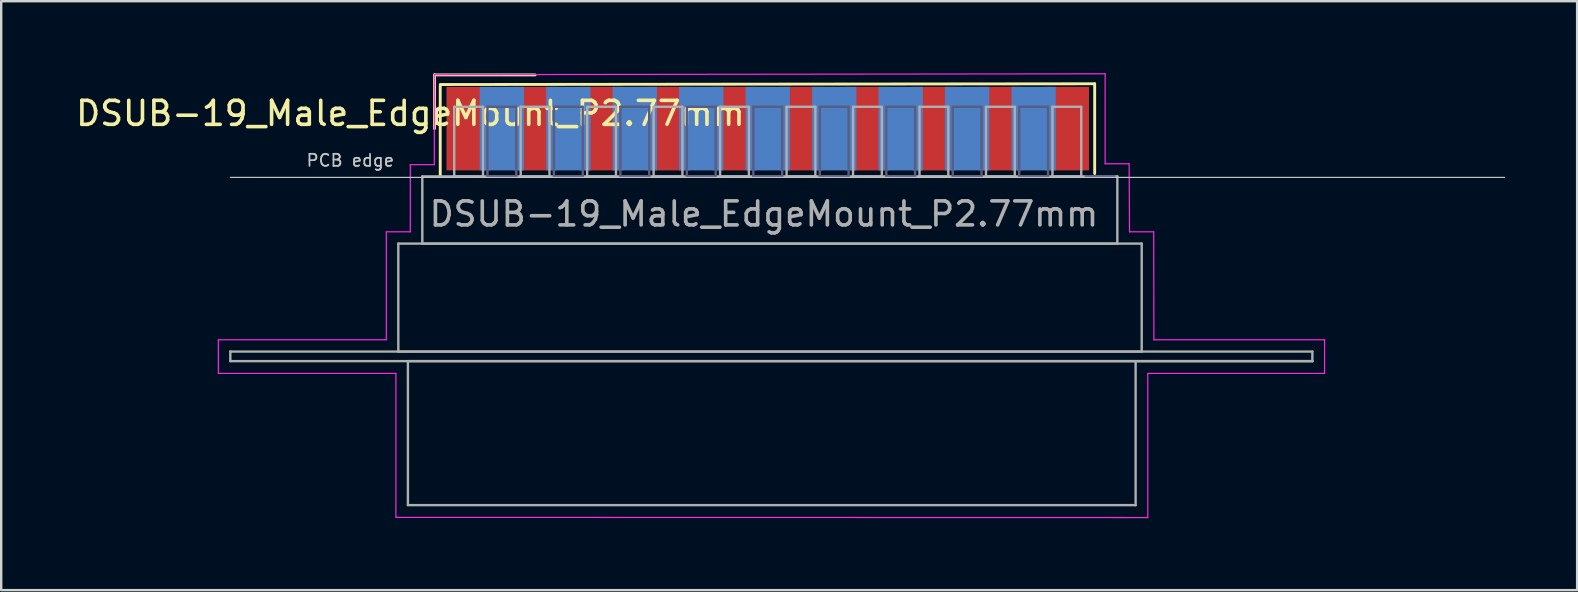
<source format=kicad_pcb>
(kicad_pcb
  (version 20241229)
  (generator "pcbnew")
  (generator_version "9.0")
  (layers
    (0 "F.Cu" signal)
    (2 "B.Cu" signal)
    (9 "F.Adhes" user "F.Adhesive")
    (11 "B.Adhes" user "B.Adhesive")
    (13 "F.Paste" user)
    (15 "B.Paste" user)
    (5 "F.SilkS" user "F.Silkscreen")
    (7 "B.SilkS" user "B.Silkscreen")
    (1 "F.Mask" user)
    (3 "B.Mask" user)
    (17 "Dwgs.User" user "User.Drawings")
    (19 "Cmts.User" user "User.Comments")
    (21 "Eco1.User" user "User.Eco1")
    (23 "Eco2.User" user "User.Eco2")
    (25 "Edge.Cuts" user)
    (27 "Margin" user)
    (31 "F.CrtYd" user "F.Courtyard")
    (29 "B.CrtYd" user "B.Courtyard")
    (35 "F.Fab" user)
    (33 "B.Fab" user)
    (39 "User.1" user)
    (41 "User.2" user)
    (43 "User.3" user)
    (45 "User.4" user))
  (footprint "DSUB-19_Male_EdgeMount_P2.77mm"
    (layer "F.Cu")
    (at 33.099 2.311)
    (property "Reference" "DSUB-19_Male_EdgeMount_P2.77mm" (at -19.045 -0.635 0) (layer "F.SilkS") (effects (font (size 1 1) (thickness 0.15))))
    (attr smd)
    (fp_line (start -18.043 -2.24) (end -13.85 -2.24) (stroke (width 0.12) (type solid)) (layer "F.SilkS"))
    (fp_line (start -18.043 0) (end -18.043 -2.24) (stroke (width 0.12) (type solid)) (layer "F.SilkS"))
    (fp_line (start -17.803 -1.778) (end -17.803 1.962) (stroke (width 0.12) (type solid)) (layer "F.SilkS"))
    (fp_line (start 9.47 -1.87) (end -17.803 -1.838) (stroke (width 0.12) (type solid)) (layer "F.SilkS"))
    (fp_line (start 9.47 1.87) (end 9.47 -1.87) (stroke (width 0.12) (type solid)) (layer "F.SilkS"))
    (fp_line (start -26.55 2.032) (end 26.55 2.032) (stroke (width 0.05) (type solid)) (layer "Dwgs.User"))
    (fp_line (start -27.05 8.8) (end -20.05 8.8) (stroke (width 0.05) (type solid)) (layer "F.CrtYd"))
    (fp_line (start -27.05 10.2) (end -27.05 8.8) (stroke (width 0.05) (type solid)) (layer "F.CrtYd"))
    (fp_line (start -20.05 4.3) (end -19.05 4.3) (stroke (width 0.05) (type solid)) (layer "F.CrtYd"))
    (fp_line (start -20.05 8.8) (end -20.05 4.3) (stroke (width 0.05) (type solid)) (layer "F.CrtYd"))
    (fp_line (start -19.65 10.2) (end -27.05 10.2) (stroke (width 0.05) (type solid)) (layer "F.CrtYd"))
    (fp_line (start -19.65 16.2) (end -19.65 10.2) (stroke (width 0.05) (type solid)) (layer "F.CrtYd"))
    (fp_line (start -19.05 1.5) (end -18.05 1.5) (stroke (width 0.05) (type solid)) (layer "F.CrtYd"))
    (fp_line (start -19.05 4.3) (end -19.05 1.5) (stroke (width 0.05) (type solid)) (layer "F.CrtYd"))
    (fp_line (start -18.05 -2.25) (end 9.906 -2.286) (stroke (width 0.05) (type solid)) (layer "F.CrtYd"))
    (fp_line (start -18.05 1.5) (end -18.05 -2.25) (stroke (width 0.05) (type solid)) (layer "F.CrtYd"))
    (fp_line (start 9.906 -2.286) (end 9.906 1.464) (stroke (width 0.05) (type solid)) (layer "F.CrtYd"))
    (fp_line (start 9.906 1.464) (end 10.906 1.464) (stroke (width 0.05) (type solid)) (layer "F.CrtYd"))
    (fp_line (start 10.906 1.464) (end 10.922 4.3) (stroke (width 0.05) (type solid)) (layer "F.CrtYd"))
    (fp_line (start 10.922 4.3) (end 11.93 4.3) (stroke (width 0.05) (type solid)) (layer "F.CrtYd"))
    (fp_line (start 11.684 10.208) (end 11.684 16.208) (stroke (width 0.05) (type solid)) (layer "F.CrtYd"))
    (fp_line (start 11.684 16.208) (end -19.65 16.2) (stroke (width 0.05) (type solid)) (layer "F.CrtYd"))
    (fp_line (start 11.93 4.3) (end 11.938 8.8) (stroke (width 0.05) (type solid)) (layer "F.CrtYd"))
    (fp_line (start 11.938 8.8) (end 19.05 8.8) (stroke (width 0.05) (type solid)) (layer "F.CrtYd"))
    (fp_line (start 19.05 8.8) (end 19.05 10.2) (stroke (width 0.05) (type solid)) (layer "F.CrtYd"))
    (fp_line (start 19.05 10.2) (end 11.684 10.2) (stroke (width 0.05) (type solid)) (layer "F.CrtYd"))
    (fp_line (start -15.835 -0.91) (end -15.835 1.99) (stroke (width 0.1) (type solid)) (layer "B.Fab"))
    (fp_line (start -15.835 1.99) (end -14.635 1.99) (stroke (width 0.1) (type solid)) (layer "B.Fab"))
    (fp_line (start -14.635 -0.91) (end -15.835 -0.91) (stroke (width 0.1) (type solid)) (layer "B.Fab"))
    (fp_line (start -14.635 1.99) (end -14.635 -0.91) (stroke (width 0.1) (type solid)) (layer "B.Fab"))
    (fp_line (start -13.065 -0.91) (end -13.065 1.99) (stroke (width 0.1) (type solid)) (layer "B.Fab"))
    (fp_line (start -13.065 1.99) (end -11.865 1.99) (stroke (width 0.1) (type solid)) (layer "B.Fab"))
    (fp_line (start -11.865 -0.91) (end -13.065 -0.91) (stroke (width 0.1) (type solid)) (layer "B.Fab"))
    (fp_line (start -11.865 1.99) (end -11.865 -0.91) (stroke (width 0.1) (type solid)) (layer "B.Fab"))
    (fp_line (start -10.295 -0.91) (end -10.295 1.99) (stroke (width 0.1) (type solid)) (layer "B.Fab"))
    (fp_line (start -10.295 1.99) (end -9.095 1.99) (stroke (width 0.1) (type solid)) (layer "B.Fab"))
    (fp_line (start -9.095 -0.91) (end -10.295 -0.91) (stroke (width 0.1) (type solid)) (layer "B.Fab"))
    (fp_line (start -9.095 1.99) (end -9.095 -0.91) (stroke (width 0.1) (type solid)) (layer "B.Fab"))
    (fp_line (start -7.525 -0.91) (end -7.525 1.99) (stroke (width 0.1) (type solid)) (layer "B.Fab"))
    (fp_line (start -7.525 1.99) (end -6.325 1.99) (stroke (width 0.1) (type solid)) (layer "B.Fab"))
    (fp_line (start -6.325 -0.91) (end -7.525 -0.91) (stroke (width 0.1) (type solid)) (layer "B.Fab"))
    (fp_line (start -6.325 1.99) (end -6.325 -0.91) (stroke (width 0.1) (type solid)) (layer "B.Fab"))
    (fp_line (start -4.755 -0.91) (end -4.755 1.99) (stroke (width 0.1) (type solid)) (layer "B.Fab"))
    (fp_line (start -4.755 1.99) (end -3.555 1.99) (stroke (width 0.1) (type solid)) (layer "B.Fab"))
    (fp_line (start -3.555 -0.91) (end -4.755 -0.91) (stroke (width 0.1) (type solid)) (layer "B.Fab"))
    (fp_line (start -3.555 1.99) (end -3.555 -0.91) (stroke (width 0.1) (type solid)) (layer "B.Fab"))
    (fp_line (start -1.985 -0.91) (end -1.985 1.99) (stroke (width 0.1) (type solid)) (layer "B.Fab"))
    (fp_line (start -1.985 1.99) (end -0.785 1.99) (stroke (width 0.1) (type solid)) (layer "B.Fab"))
    (fp_line (start -0.785 -0.91) (end -1.985 -0.91) (stroke (width 0.1) (type solid)) (layer "B.Fab"))
    (fp_line (start -0.785 1.99) (end -0.785 -0.91) (stroke (width 0.1) (type solid)) (layer "B.Fab"))
    (fp_line (start 0.785 -0.91) (end 0.785 1.99) (stroke (width 0.1) (type solid)) (layer "B.Fab"))
    (fp_line (start 0.785 1.99) (end 1.985 1.99) (stroke (width 0.1) (type solid)) (layer "B.Fab"))
    (fp_line (start 1.985 -0.91) (end 0.785 -0.91) (stroke (width 0.1) (type solid)) (layer "B.Fab"))
    (fp_line (start 1.985 1.99) (end 1.985 -0.91) (stroke (width 0.1) (type solid)) (layer "B.Fab"))
    (fp_line (start 3.555 -0.91) (end 3.555 1.99) (stroke (width 0.1) (type solid)) (layer "B.Fab"))
    (fp_line (start 3.555 1.99) (end 4.755 1.99) (stroke (width 0.1) (type solid)) (layer "B.Fab"))
    (fp_line (start 4.755 -0.91) (end 3.555 -0.91) (stroke (width 0.1) (type solid)) (layer "B.Fab"))
    (fp_line (start 4.755 1.99) (end 4.755 -0.91) (stroke (width 0.1) (type solid)) (layer "B.Fab"))
    (fp_line (start 6.325 -0.91) (end 6.325 1.99) (stroke (width 0.1) (type solid)) (layer "B.Fab"))
    (fp_line (start 6.325 1.99) (end 7.525 1.99) (stroke (width 0.1) (type solid)) (layer "B.Fab"))
    (fp_line (start 7.525 -0.91) (end 6.325 -0.91) (stroke (width 0.1) (type solid)) (layer "B.Fab"))
    (fp_line (start 7.525 1.99) (end 7.525 -0.91) (stroke (width 0.1) (type solid)) (layer "B.Fab"))
    (fp_line (start 9.095 1.99) (end 10.295 1.99) (stroke (width 0.1) (type solid)) (layer "B.Fab"))
    (fp_line (start -26.55 9.29) (end -26.55 9.69) (stroke (width 0.1) (type solid)) (layer "F.Fab"))
    (fp_line (start -26.55 9.69) (end 18.542 9.69) (stroke (width 0.1) (type solid)) (layer "F.Fab"))
    (fp_line (start -19.55 4.79) (end -19.55 9.29) (stroke (width 0.1) (type solid)) (layer "F.Fab"))
    (fp_line (start -19.55 9.29) (end 11.43 9.29) (stroke (width 0.1) (type solid)) (layer "F.Fab"))
    (fp_line (start -19.15 9.69) (end -19.15 15.69) (stroke (width 0.1) (type solid)) (layer "F.Fab"))
    (fp_line (start -19.15 15.69) (end 11.176 15.69) (stroke (width 0.1) (type solid)) (layer "F.Fab"))
    (fp_line (start -18.55 1.99) (end -18.55 4.79) (stroke (width 0.1) (type solid)) (layer "F.Fab"))
    (fp_line (start -18.55 4.79) (end 10.414 4.79) (stroke (width 0.1) (type solid)) (layer "F.Fab"))
    (fp_line (start -17.22 -0.91) (end -17.22 1.99) (stroke (width 0.1) (type solid)) (layer "F.Fab"))
    (fp_line (start -17.22 1.99) (end -16.02 1.99) (stroke (width 0.1) (type solid)) (layer "F.Fab"))
    (fp_line (start -16.02 -0.91) (end -17.22 -0.91) (stroke (width 0.1) (type solid)) (layer "F.Fab"))
    (fp_line (start -16.02 1.99) (end -16.02 -0.91) (stroke (width 0.1) (type solid)) (layer "F.Fab"))
    (fp_line (start -14.45 -0.91) (end -14.45 1.99) (stroke (width 0.1) (type solid)) (layer "F.Fab"))
    (fp_line (start -14.45 1.99) (end -13.25 1.99) (stroke (width 0.1) (type solid)) (layer "F.Fab"))
    (fp_line (start -13.25 -0.91) (end -14.45 -0.91) (stroke (width 0.1) (type solid)) (layer "F.Fab"))
    (fp_line (start -13.25 1.99) (end -13.25 -0.91) (stroke (width 0.1) (type solid)) (layer "F.Fab"))
    (fp_line (start -11.68 -0.91) (end -11.68 1.99) (stroke (width 0.1) (type solid)) (layer "F.Fab"))
    (fp_line (start -11.68 1.99) (end -10.48 1.99) (stroke (width 0.1) (type solid)) (layer "F.Fab"))
    (fp_line (start -10.48 -0.91) (end -11.68 -0.91) (stroke (width 0.1) (type solid)) (layer "F.Fab"))
    (fp_line (start -10.48 1.99) (end -10.48 -0.91) (stroke (width 0.1) (type solid)) (layer "F.Fab"))
    (fp_line (start -8.91 -0.91) (end -8.91 1.99) (stroke (width 0.1) (type solid)) (layer "F.Fab"))
    (fp_line (start -8.91 1.99) (end -7.71 1.99) (stroke (width 0.1) (type solid)) (layer "F.Fab"))
    (fp_line (start -7.71 -0.91) (end -8.91 -0.91) (stroke (width 0.1) (type solid)) (layer "F.Fab"))
    (fp_line (start -7.71 1.99) (end -7.71 -0.91) (stroke (width 0.1) (type solid)) (layer "F.Fab"))
    (fp_line (start -6.14 -0.91) (end -6.14 1.99) (stroke (width 0.1) (type solid)) (layer "F.Fab"))
    (fp_line (start -6.14 1.99) (end -4.94 1.99) (stroke (width 0.1) (type solid)) (layer "F.Fab"))
    (fp_line (start -4.94 -0.91) (end -6.14 -0.91) (stroke (width 0.1) (type solid)) (layer "F.Fab"))
    (fp_line (start -4.94 1.99) (end -4.94 -0.91) (stroke (width 0.1) (type solid)) (layer "F.Fab"))
    (fp_line (start -3.37 -0.91) (end -3.37 1.99) (stroke (width 0.1) (type solid)) (layer "F.Fab"))
    (fp_line (start -3.37 1.99) (end -2.17 1.99) (stroke (width 0.1) (type solid)) (layer "F.Fab"))
    (fp_line (start -2.17 -0.91) (end -3.37 -0.91) (stroke (width 0.1) (type solid)) (layer "F.Fab"))
    (fp_line (start -2.17 1.99) (end -2.17 -0.91) (stroke (width 0.1) (type solid)) (layer "F.Fab"))
    (fp_line (start -0.6 -0.91) (end -0.6 1.99) (stroke (width 0.1) (type solid)) (layer "F.Fab"))
    (fp_line (start -0.6 1.99) (end 0.6 1.99) (stroke (width 0.1) (type solid)) (layer "F.Fab"))
    (fp_line (start 0.6 -0.91) (end -0.6 -0.91) (stroke (width 0.1) (type solid)) (layer "F.Fab"))
    (fp_line (start 0.6 1.99) (end 0.6 -0.91) (stroke (width 0.1) (type solid)) (layer "F.Fab"))
    (fp_line (start 2.17 -0.91) (end 2.17 1.99) (stroke (width 0.1) (type solid)) (layer "F.Fab"))
    (fp_line (start 2.17 1.99) (end 3.37 1.99) (stroke (width 0.1) (type solid)) (layer "F.Fab"))
    (fp_line (start 3.37 -0.91) (end 2.17 -0.91) (stroke (width 0.1) (type solid)) (layer "F.Fab"))
    (fp_line (start 3.37 1.99) (end 3.37 -0.91) (stroke (width 0.1) (type solid)) (layer "F.Fab"))
    (fp_line (start 4.94 -0.91) (end 4.94 1.99) (stroke (width 0.1) (type solid)) (layer "F.Fab"))
    (fp_line (start 4.94 1.99) (end 6.14 1.99) (stroke (width 0.1) (type solid)) (layer "F.Fab"))
    (fp_line (start 6.14 -0.91) (end 4.94 -0.91) (stroke (width 0.1) (type solid)) (layer "F.Fab"))
    (fp_line (start 6.14 1.99) (end 6.14 -0.91) (stroke (width 0.1) (type solid)) (layer "F.Fab"))
    (fp_line (start 7.71 -0.91) (end 7.71 1.99) (stroke (width 0.1) (type solid)) (layer "F.Fab"))
    (fp_line (start 7.71 1.99) (end 8.91 1.99) (stroke (width 0.1) (type solid)) (layer "F.Fab"))
    (fp_line (start 8.91 -0.91) (end 7.71 -0.91) (stroke (width 0.1) (type solid)) (layer "F.Fab"))
    (fp_line (start 8.91 1.99) (end 8.91 -0.91) (stroke (width 0.1) (type solid)) (layer "F.Fab"))
    (fp_line (start 10.414 1.99) (end -18.55 1.99) (stroke (width 0.1) (type solid)) (layer "F.Fab"))
    (fp_line (start 10.414 4.79) (end 10.414 1.99) (stroke (width 0.1) (type solid)) (layer "F.Fab"))
    (fp_line (start 11.176 15.69) (end 11.176 9.69) (stroke (width 0.1) (type solid)) (layer "F.Fab"))
    (fp_line (start 11.43 4.79) (end -19.55 4.79) (stroke (width 0.1) (type solid)) (layer "F.Fab"))
    (fp_line (start 11.43 9.29) (end 11.43 4.79) (stroke (width 0.1) (type solid)) (layer "F.Fab"))
    (fp_line (start 18.542 9.29) (end -26.55 9.29) (stroke (width 0.1) (type solid)) (layer "F.Fab"))
    (fp_line (start 18.542 9.69) (end -19.15 9.69) (stroke (width 0.1) (type solid)) (layer "F.Fab"))
    (fp_line (start 18.542 9.69) (end 18.542 9.29) (stroke (width 0.1) (type solid)) (layer "F.Fab"))
    (fp_text user "PCB edge" (at -21.55 1.323 0) (layer "Dwgs.User") (effects (font (size 0.5 0.5) (thickness 0.075))))
    (fp_text user "${REFERENCE}" (at -4.313 3.556 0) (layer "F.Fab") (effects (font (size 1 1) (thickness 0.15))))
    (pad "1" smd rect (at -16.62 0) (size 1.847 3.48) (layers "F.Cu" "F.Mask" "F.Paste"))
    (pad "2" smd rect (at -13.85 0) (size 1.847 3.48) (layers "F.Cu" "F.Mask" "F.Paste"))
    (pad "3" smd rect (at -11.08 0) (size 1.847 3.48) (layers "F.Cu" "F.Mask" "F.Paste"))
    (pad "4" smd rect (at -8.31 0) (size 1.847 3.48) (layers "F.Cu" "F.Mask" "F.Paste"))
    (pad "5" smd rect (at -5.54 0) (size 1.847 3.48) (layers "F.Cu" "F.Mask" "F.Paste"))
    (pad "6" smd rect (at -2.77 0) (size 1.847 3.48) (layers "F.Cu" "F.Mask" "F.Paste"))
    (pad "7" smd rect (at 0 0) (size 1.847 3.48) (layers "F.Cu" "F.Mask" "F.Paste"))
    (pad "8" smd rect (at 2.77 0) (size 1.847 3.48) (layers "F.Cu" "F.Mask" "F.Paste"))
    (pad "9" smd rect (at 5.54 0) (size 1.847 3.48) (layers "F.Cu" "F.Mask" "F.Paste"))
    (pad "10" smd rect (at 8.31 0) (size 1.847 3.48) (layers "F.Cu" "F.Mask" "F.Paste"))
    (pad "11" smd rect (at -15.235 0) (size 1.847 3.48) (layers "B.Cu" "B.Mask" "B.Paste"))
    (pad "12" smd rect (at -12.465 0) (size 1.847 3.48) (layers "B.Cu" "B.Mask" "B.Paste"))
    (pad "13" smd rect (at -9.695 0) (size 1.847 3.48) (layers "B.Cu" "B.Mask" "B.Paste"))
    (pad "14" smd rect (at -6.925 0) (size 1.847 3.48) (layers "B.Cu" "B.Mask" "B.Paste"))
    (pad "15" smd rect (at -4.155 0) (size 1.847 3.48) (layers "B.Cu" "B.Mask" "B.Paste"))
    (pad "16" smd rect (at -1.385 0) (size 1.847 3.48) (layers "B.Cu" "B.Mask" "B.Paste"))
    (pad "17" smd rect (at 1.385 0) (size 1.847 3.48) (layers "B.Cu" "B.Mask" "B.Paste"))
    (pad "18" smd rect (at 4.155 0) (size 1.847 3.48) (layers "B.Cu" "B.Mask" "B.Paste"))
    (pad "19" smd rect (at 6.925 0) (size 1.847 3.48) (layers "B.Cu" "B.Mask" "B.Paste")))
  (gr_rect
    (start -3 -3)
    (end 62.674 21.544)
    (stroke (width 0.1) (type default))
    (fill no)
    (layer "Edge.Cuts")))
</source>
